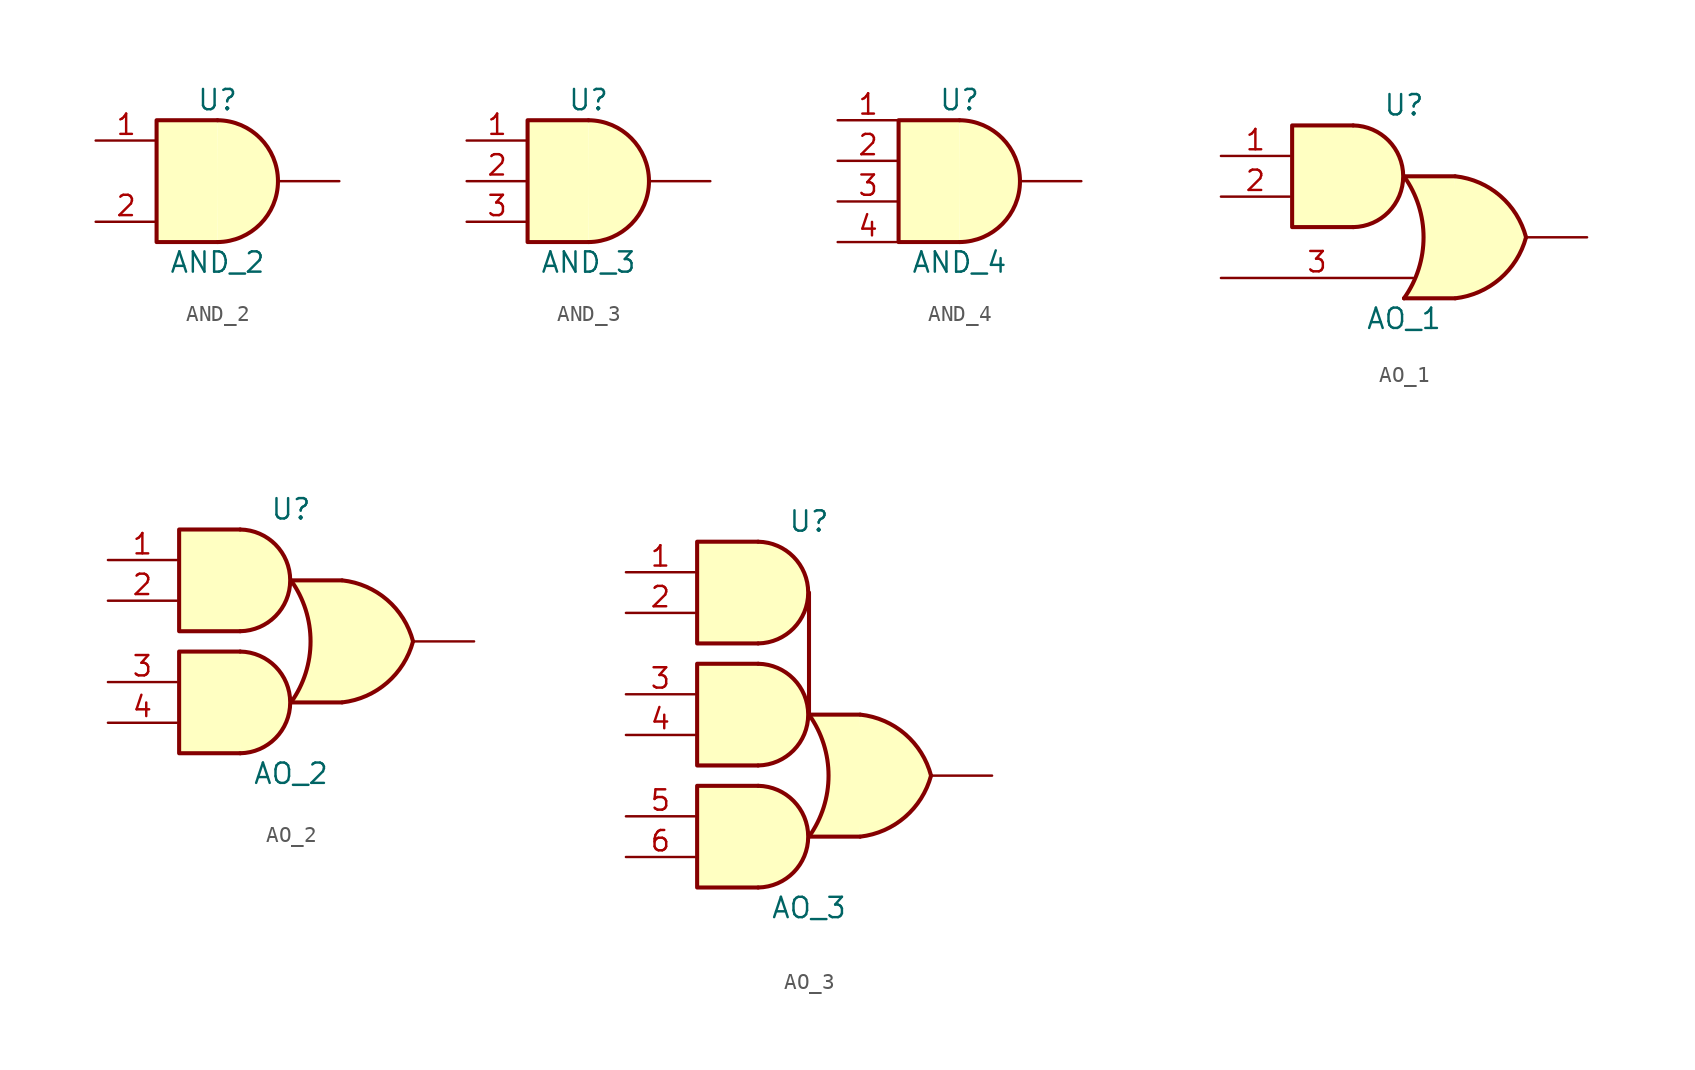
<source format=kicad_sym>
(kicad_symbol_lib
  (version 20220914)
  (generator kicad_symbol_editor)
  (symbol "AND_2"
    (pin_names hide)
    (property "Reference" "U"
      (at 0 5.08 0)
      (effects (font (size 1.27 1.27))))
    (property "Value" "AND_2"
      (at 0 -5.08 0)
      (effects (font (size 1.27 1.27))))
    (symbol "AND_2_1_1"
      (arc (start 0 -3.81) (mid 3.7825 0) (end 0 3.81) (stroke (width 0.254) (type default)) (fill (type background)))
      (polyline (pts (xy 0 3.81) (xy -3.81 3.81) (xy -3.81 -3.81) (xy 0 -3.81)) (stroke (width 0.254) (type default)) (fill (type background)))
      (pin input line (at -7.62 2.54 0) (length 3.81) (name "~" (effects (font (size 1.27 1.27)))) (number "1" (effects (font (size 1.27 1.27)))))
      (pin input line (at -7.62 -2.54 0) (length 3.81) (name "~" (effects (font (size 1.27 1.27)))) (number "2" (effects (font (size 1.27 1.27)))))
      (pin output line (at 7.62 0 180) (length 3.81) (name "~" (effects (font (size 1.27 1.27)))) (number "3" (effects (font (size 0 0)))))))
  (symbol "AND_3"
    (pin_names hide)
    (property "Reference" "U"
      (at 0 5.08 0)
      (effects (font (size 1.27 1.27))))
    (property "Value" "AND_3"
      (at 0 -5.08 0)
      (effects (font (size 1.27 1.27))))
    (symbol "AND_3_1_1"
      (arc (start 0 -3.81) (mid 3.7825 0) (end 0 3.81) (stroke (width 0.254) (type default)) (fill (type background)))
      (polyline (pts (xy 0 3.81) (xy -3.81 3.81) (xy -3.81 -3.81) (xy 0 -3.81)) (stroke (width 0.254) (type default)) (fill (type background)))
      (pin input line (at -7.62 2.54 0) (length 3.81) (name "~" (effects (font (size 1.27 1.27)))) (number "1" (effects (font (size 1.27 1.27)))))
      (pin input line (at -7.62 0 0) (length 3.81) (name "~" (effects (font (size 1.27 1.27)))) (number "2" (effects (font (size 1.27 1.27)))))
      (pin input line (at -7.62 -2.54 0) (length 3.81) (name "~" (effects (font (size 1.27 1.27)))) (number "3" (effects (font (size 1.27 1.27)))))
      (pin output line (at 7.62 0 180) (length 3.81) (name "~" (effects (font (size 1.27 1.27)))) (number "4" (effects (font (size 0 0)))))))
  (symbol "AND_4"
    (pin_names hide)
    (property "Reference" "U"
      (at 0 5.08 0)
      (effects (font (size 1.27 1.27))))
    (property "Value" "AND_4"
      (at 0 -5.08 0)
      (effects (font (size 1.27 1.27))))
    (symbol "AND_4_1_1"
      (arc (start 0 -3.81) (mid 3.7825 0) (end 0 3.81) (stroke (width 0.254) (type default)) (fill (type background)))
      (polyline (pts (xy 0 3.81) (xy -3.81 3.81) (xy -3.81 -3.81) (xy 0 -3.81)) (stroke (width 0.254) (type default)) (fill (type background)))
      (pin input line (at -7.62 3.81 0) (length 3.81) (name "~" (effects (font (size 1.27 1.27)))) (number "1" (effects (font (size 1.27 1.27)))))
      (pin input line (at -7.62 1.27 0) (length 3.81) (name "~" (effects (font (size 1.27 1.27)))) (number "2" (effects (font (size 1.27 1.27)))))
      (pin input line (at -7.62 -1.27 0) (length 3.81) (name "~" (effects (font (size 1.27 1.27)))) (number "3" (effects (font (size 1.27 1.27)))))
      (pin input line (at -7.62 -3.81 0) (length 3.81) (name "~" (effects (font (size 1.27 1.27)))) (number "4" (effects (font (size 1.27 1.27)))))
      (pin output line (at 7.62 0 180) (length 3.81) (name "~" (effects (font (size 1.27 1.27)))) (number "5" (effects (font (size 0 0)))))))
  (symbol "AO_1"
    (pin_names hide)
    (property "Reference" "U"
      (at 0 6.985 0)
      (effects (font (size 1.27 1.27))))
    (property "Value" "AO_1"
      (at 0 -6.35 0)
      (effects (font (size 1.27 1.27))))
    (symbol "AO_1_1_1"
      (arc (start -3.175 -0.635) (mid -0.05 2.54) (end -3.175 5.715) (stroke (width 0.254) (type default)) (fill (type background)))
      (arc (start -0.0002 -5.08) (mid 1.2208 -1.27) (end -0.0002 2.54) (stroke (width 0.254) (type default)) (fill (type none)))
      (polyline (pts (xy -0.0002 -5.08) (xy 3.175 -5.08)) (stroke (width 0.254) (type default)) (fill (type background)))
      (polyline (pts (xy -0.0002 2.54) (xy 3.175 2.54)) (stroke (width 0.254) (type default)) (fill (type background)))
      (polyline (pts (xy -3.175 5.715) (xy -6.985 5.715) (xy -6.985 -0.635) (xy -3.175 -0.635)) (stroke (width 0.254) (type default)) (fill (type background)))
      (polyline (pts (xy 3.175 2.54) (xy 0 2.54) (xy 0 2.54) (xy 0.254 2.134) (xy 0.787 0.991) (xy 1.118 -0.229) (xy 1.194 -1.524) (xy 1.041 -2.769) (xy 0.635 -3.988) (xy 0 -5.08) (xy 0 -5.08) (xy 3.175 -5.08)) (stroke (width -25.4) (type default)) (fill (type background)))
      (arc (start 3.2002 -5.08) (mid 5.9953 -3.854) (end 7.6198 -1.27) (stroke (width 0.254) (type default)) (fill (type background)))
      (arc (start 7.6198 -1.27) (mid 6.0026 1.3225) (end 3.2002 2.54) (stroke (width 0.254) (type default)) (fill (type background)))
      (pin input line (at -11.43 3.81 0) (length 4.3) (name "~" (effects (font (size 1.27 1.27)))) (number "1" (effects (font (size 1.27 1.27)))))
      (pin input line (at -11.43 1.27 0) (length 4.3) (name "~" (effects (font (size 1.27 1.27)))) (number "2" (effects (font (size 1.27 1.27)))))
      (pin input line (at -11.43 -3.81 0) (length 12) (name "~" (effects (font (size 1.27 1.27)))) (number "3" (effects (font (size 1.27 1.27)))))
      (pin output line (at 11.43 -1.27 180) (length 3.81) (name "~" (effects (font (size 1.27 1.27)))) (number "4" (effects (font (size 0 0)))))))
  (symbol "AO_2"
    (pin_names hide)
    (property "Reference" "U"
      (at 0 8.255 0)
      (effects (font (size 1.27 1.27))))
    (property "Value" "AO_2"
      (at 0 -8.255 0)
      (effects (font (size 1.27 1.27))))
    (symbol "AO_2_1_1"
      (arc (start -3.175 -6.985) (mid -0.05 -3.81) (end -3.175 -0.635) (stroke (width 0.254) (type default)) (fill (type background)))
      (arc (start -3.175 0.635) (mid -0.05 3.81) (end -3.175 6.985) (stroke (width 0.254) (type default)) (fill (type background)))
      (arc (start -0.0002 -3.81) (mid 1.2208 0) (end -0.0002 3.81) (stroke (width 0.254) (type default)) (fill (type none)))
      (polyline (pts (xy -0.0002 -3.81) (xy 3.175 -3.81)) (stroke (width 0.254) (type default)) (fill (type background)))
      (polyline (pts (xy -0.0002 3.81) (xy 3.175 3.81)) (stroke (width 0.254) (type default)) (fill (type background)))
      (polyline (pts (xy -3.175 -0.635) (xy -6.985 -0.635) (xy -6.985 -6.985) (xy -3.175 -6.985)) (stroke (width 0.254) (type default)) (fill (type background)))
      (polyline (pts (xy -3.175 6.985) (xy -6.985 6.985) (xy -6.985 0.635) (xy -3.175 0.635)) (stroke (width 0.254) (type default)) (fill (type background)))
      (polyline (pts (xy 3.175 3.81) (xy 0 3.81) (xy 0 3.81) (xy 0.254 3.404) (xy 0.787 2.261) (xy 1.118 1.041) (xy 1.194 -0.254) (xy 1.041 -1.499) (xy 0.635 -2.718) (xy 0 -3.81) (xy 0 -3.81) (xy 3.175 -3.81)) (stroke (width -25.4) (type default)) (fill (type background)))
      (arc (start 3.2002 -3.81) (mid 5.9953 -2.584) (end 7.6198 0) (stroke (width 0.254) (type default)) (fill (type background)))
      (arc (start 7.6198 0) (mid 6.0026 2.5925) (end 3.2002 3.81) (stroke (width 0.254) (type default)) (fill (type background)))
      (pin input line (at -11.43 5.08 0) (length 4.3) (name "~" (effects (font (size 1.27 1.27)))) (number "1" (effects (font (size 1.27 1.27)))))
      (pin input line (at -11.43 2.54 0) (length 4.3) (name "~" (effects (font (size 1.27 1.27)))) (number "2" (effects (font (size 1.27 1.27)))))
      (pin input line (at -11.43 -2.54 0) (length 4.3) (name "~" (effects (font (size 1.27 1.27)))) (number "3" (effects (font (size 1.27 1.27)))))
      (pin input line (at -11.43 -5.08 0) (length 4.3) (name "~" (effects (font (size 1.27 1.27)))) (number "4" (effects (font (size 1.27 1.27)))))
      (pin output line (at 11.43 0 180) (length 3.81) (name "~" (effects (font (size 1.27 1.27)))) (number "5" (effects (font (size 0 0)))))))
  (symbol "AO_3"
    (pin_names hide)
    (property "Reference" "U"
      (at 0 12.065 0)
      (effects (font (size 1.27 1.27))))
    (property "Value" "AO_3"
      (at 0 -12.065 0)
      (effects (font (size 1.27 1.27))))
    (symbol "AO_3_1_1"
      (arc (start -3.175 -10.795) (mid -0.05 -7.62) (end -3.175 -4.445) (stroke (width 0.254) (type default)) (fill (type background)))
      (arc (start -3.175 -3.175) (mid -0.05 0) (end -3.175 3.175) (stroke (width 0.254) (type default)) (fill (type background)))
      (arc (start -3.175 4.445) (mid -0.05 7.62) (end -3.175 10.795) (stroke (width 0.254) (type default)) (fill (type background)))
      (arc (start -0.0002 -7.62) (mid 1.2208 -3.81) (end -0.0002 0) (stroke (width 0.254) (type default)) (fill (type none)))
      (polyline (pts (xy -0.0002 -7.62) (xy 3.175 -7.62)) (stroke (width 0.254) (type default)) (fill (type background)))
      (polyline (pts (xy -0.0002 0) (xy 3.175 0)) (stroke (width 0.254) (type default)) (fill (type background)))
      (polyline (pts (xy 0 7.62) (xy 0 0)) (stroke (width 0.254) (type default)) (fill (type background)))
      (polyline (pts (xy -3.175 -4.445) (xy -6.985 -4.445) (xy -6.985 -10.795) (xy -3.175 -10.795)) (stroke (width 0.254) (type default)) (fill (type background)))
      (polyline (pts (xy -3.175 3.175) (xy -6.985 3.175) (xy -6.985 -3.175) (xy -3.175 -3.175)) (stroke (width 0.254) (type default)) (fill (type background)))
      (polyline (pts (xy -3.175 10.795) (xy -6.985 10.795) (xy -6.985 4.445) (xy -3.175 4.445)) (stroke (width 0.254) (type default)) (fill (type background)))
      (polyline (pts (xy 3.175 0) (xy 0 0) (xy 0 0) (xy 0.254 -0.406) (xy 0.787 -1.549) (xy 1.118 -2.769) (xy 1.194 -4.064) (xy 1.041 -5.309) (xy 0.635 -6.528) (xy 0 -7.62) (xy 0 -7.62) (xy 3.175 -7.62)) (stroke (width -25.4) (type default)) (fill (type background)))
      (arc (start 3.2002 -7.62) (mid 5.9953 -6.394) (end 7.6198 -3.81) (stroke (width 0.254) (type default)) (fill (type background)))
      (arc (start 7.6198 -3.81) (mid 6.0026 -1.2175) (end 3.2002 0) (stroke (width 0.254) (type default)) (fill (type background)))
      (pin input line (at -11.43 8.89 0) (length 4.3) (name "~" (effects (font (size 1.27 1.27)))) (number "1" (effects (font (size 1.27 1.27)))))
      (pin input line (at -11.43 6.35 0) (length 4.3) (name "~" (effects (font (size 1.27 1.27)))) (number "2" (effects (font (size 1.27 1.27)))))
      (pin input line (at -11.43 1.27 0) (length 4.3) (name "~" (effects (font (size 1.27 1.27)))) (number "3" (effects (font (size 1.27 1.27)))))
      (pin input line (at -11.43 -1.27 0) (length 4.3) (name "~" (effects (font (size 1.27 1.27)))) (number "4" (effects (font (size 1.27 1.27)))))
      (pin input line (at -11.43 -6.35 0) (length 4.3) (name "~" (effects (font (size 1.27 1.27)))) (number "5" (effects (font (size 1.27 1.27)))))
      (pin input line (at -11.43 -8.89 0) (length 4.3) (name "~" (effects (font (size 1.27 1.27)))) (number "6" (effects (font (size 1.27 1.27)))))
      (pin output line (at 11.43 -3.81 180) (length 3.81) (name "~" (effects (font (size 1.27 1.27)))) (number "7" (effects (font (size 0 0))))))))
</source>
